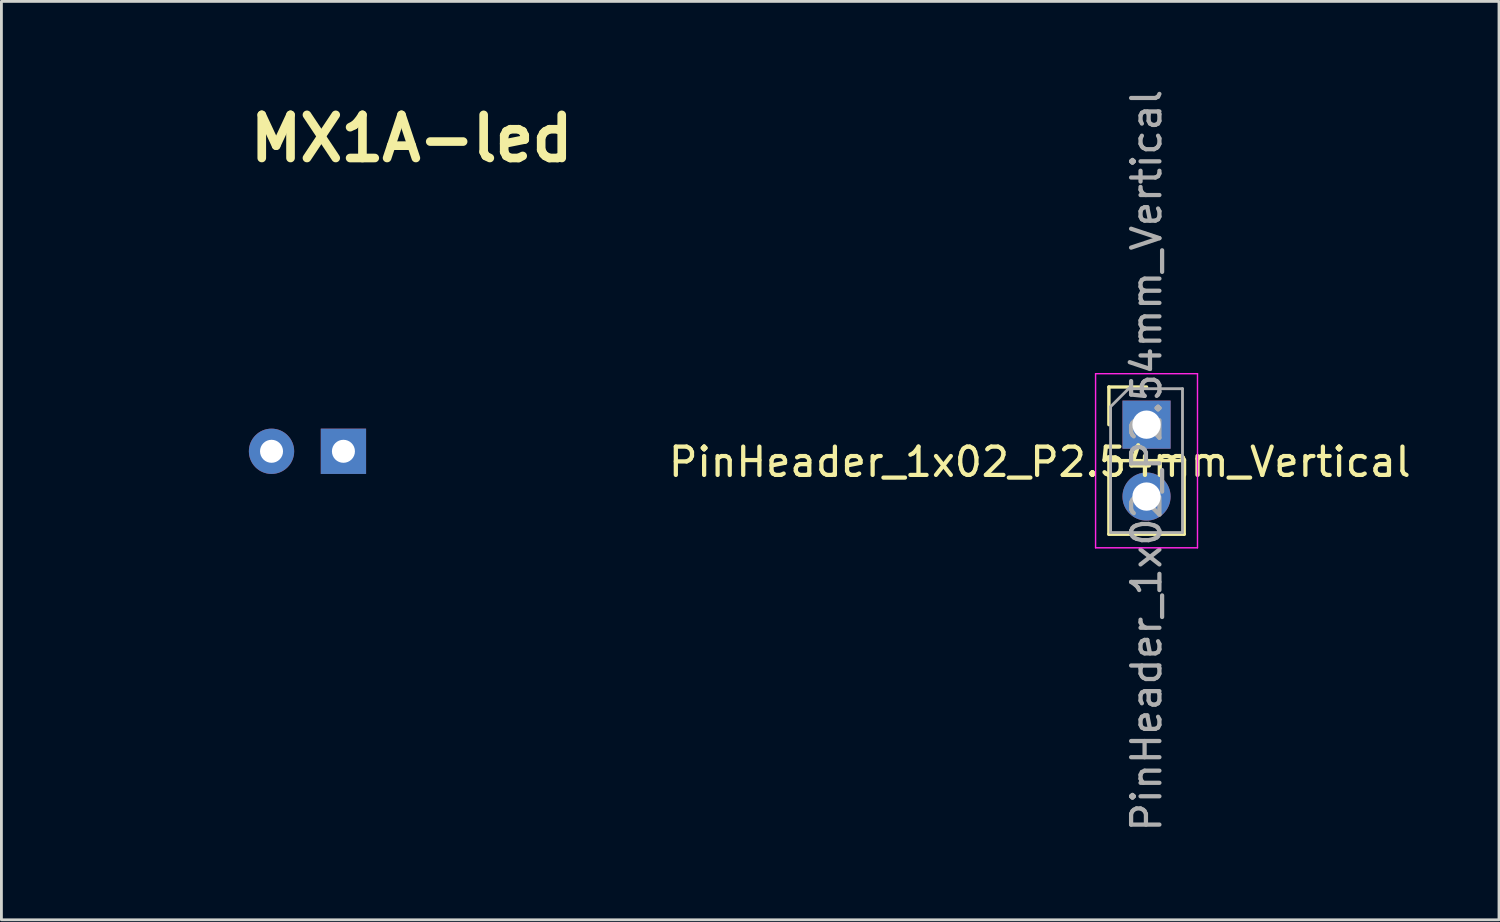
<source format=kicad_pcb>
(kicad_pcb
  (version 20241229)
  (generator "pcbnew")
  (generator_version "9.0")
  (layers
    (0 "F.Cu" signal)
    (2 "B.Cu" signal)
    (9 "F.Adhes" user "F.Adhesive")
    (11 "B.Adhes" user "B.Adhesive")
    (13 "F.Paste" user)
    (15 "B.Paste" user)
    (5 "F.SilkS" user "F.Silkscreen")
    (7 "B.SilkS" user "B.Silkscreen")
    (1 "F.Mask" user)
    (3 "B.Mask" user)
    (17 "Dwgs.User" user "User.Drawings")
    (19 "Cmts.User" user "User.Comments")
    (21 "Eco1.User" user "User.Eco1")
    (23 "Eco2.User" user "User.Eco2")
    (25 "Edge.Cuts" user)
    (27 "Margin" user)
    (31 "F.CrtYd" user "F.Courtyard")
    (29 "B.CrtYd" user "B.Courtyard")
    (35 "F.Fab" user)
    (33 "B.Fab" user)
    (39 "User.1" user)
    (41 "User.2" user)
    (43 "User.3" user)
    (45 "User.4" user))
  (footprint "MX1A-led"
    (layer "F.Cu")
    (at 7.811 7.811)
    (property "Reference" "MX1A-led" (at 3.683 -5.969 0) (layer "F.SilkS") (effects (font (size 1.524 1.524) (thickness 0.305))))
    (attr through_hole)
    (fp_line (start -7.62 -7.62) (end 7.62 -7.62) (stroke (width 0.381) (type solid)) (layer "Eco1.User"))
    (fp_line (start -7.62 7.62) (end -7.62 -7.62) (stroke (width 0.381) (type solid)) (layer "Eco1.User"))
    (fp_line (start 7.62 -7.62) (end 7.62 7.62) (stroke (width 0.381) (type solid)) (layer "Eco1.User"))
    (fp_line (start 7.62 7.62) (end -7.62 7.62) (stroke (width 0.381) (type solid)) (layer "Eco1.User"))
    (pad "1" thru_hole circle (at -1.27 5.08) (size 1.6 1.6) (drill 0.813) (layers "*.Cu" "*.Mask"))
    (pad "2" thru_hole rect (at 1.27 5.08) (size 1.6 1.6) (drill 0.813) (layers "*.Cu" "*.Mask")))
  (footprint "PinHeader_1x02_P2.54mm_Vertical"
    (layer "F.Cu")
    (at 37.449 11.95)
    (property "Reference" "PinHeader_1x02_P2.54mm_Vertical" (at -3.77 1.32 180) (layer "F.SilkS") (effects (font (size 1 1) (thickness 0.15))))
    (attr through_hole)
    (fp_line (start -1.33 -1.33) (end 0 -1.33) (stroke (width 0.12) (type solid)) (layer "F.SilkS"))
    (fp_line (start -1.33 0) (end -1.33 -1.33) (stroke (width 0.12) (type solid)) (layer "F.SilkS"))
    (fp_line (start -1.33 1.27) (end -1.33 3.87) (stroke (width 0.12) (type solid)) (layer "F.SilkS"))
    (fp_line (start -1.33 1.27) (end 1.33 1.27) (stroke (width 0.12) (type solid)) (layer "F.SilkS"))
    (fp_line (start -1.33 3.87) (end 1.33 3.87) (stroke (width 0.12) (type solid)) (layer "F.SilkS"))
    (fp_line (start 1.33 1.27) (end 1.33 3.87) (stroke (width 0.12) (type solid)) (layer "F.SilkS"))
    (fp_line (start -1.8 -1.8) (end -1.8 4.35) (stroke (width 0.05) (type solid)) (layer "F.CrtYd"))
    (fp_line (start -1.8 4.35) (end 1.8 4.35) (stroke (width 0.05) (type solid)) (layer "F.CrtYd"))
    (fp_line (start 1.8 -1.8) (end -1.8 -1.8) (stroke (width 0.05) (type solid)) (layer "F.CrtYd"))
    (fp_line (start 1.8 4.35) (end 1.8 -1.8) (stroke (width 0.05) (type solid)) (layer "F.CrtYd"))
    (fp_line (start -1.27 -0.635) (end -0.635 -1.27) (stroke (width 0.1) (type solid)) (layer "F.Fab"))
    (fp_line (start -1.27 3.81) (end -1.27 -0.635) (stroke (width 0.1) (type solid)) (layer "F.Fab"))
    (fp_line (start -0.635 -1.27) (end 1.27 -1.27) (stroke (width 0.1) (type solid)) (layer "F.Fab"))
    (fp_line (start 1.27 -1.27) (end 1.27 3.81) (stroke (width 0.1) (type solid)) (layer "F.Fab"))
    (fp_line (start 1.27 3.81) (end -1.27 3.81) (stroke (width 0.1) (type solid)) (layer "F.Fab"))
    (fp_text user "${REFERENCE}" (at 0 1.27 90) (layer "F.Fab") (effects (font (size 1 1) (thickness 0.15))))
    (pad "1" thru_hole rect (at 0 0) (size 1.7 1.7) (drill 1) (layers "*.Cu" "*.Mask"))
    (pad "2" thru_hole oval (at 0 2.54) (size 1.7 1.7) (drill 1) (layers "*.Cu" "*.Mask")))
  (gr_rect
    (start -3 -3)
    (end 49.899 29.44)
    (stroke (width 0.1) (type default))
    (fill no)
    (layer "Edge.Cuts")))
</source>
